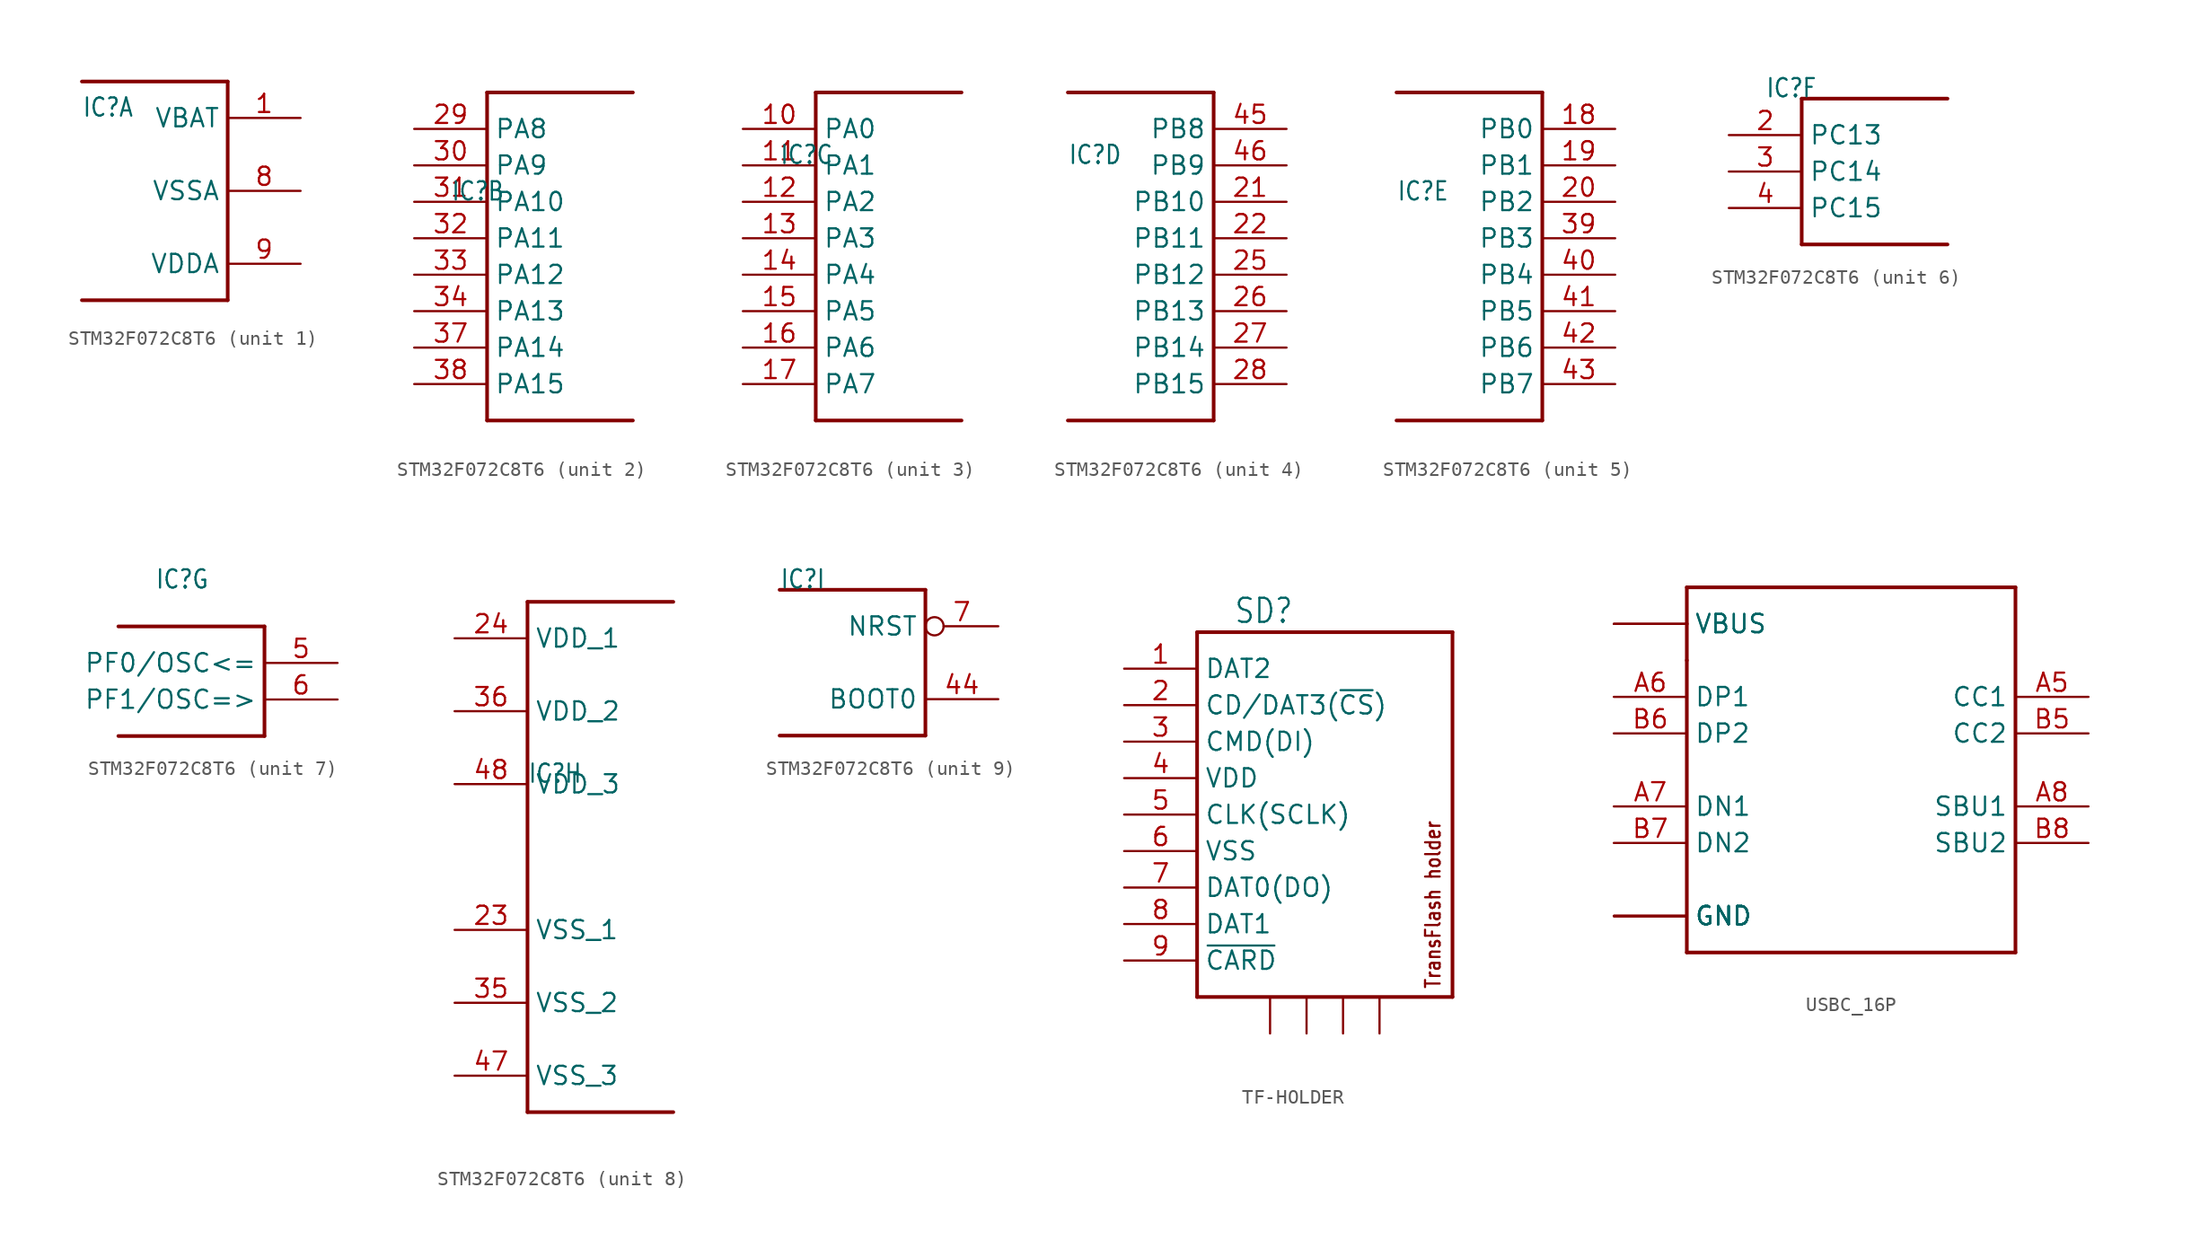
<source format=kicad_sym>
(kicad_symbol_lib
  (version 20231120)
  (generator "kicad_symbol_editor")
  (generator_version "8.0")
  (symbol "STM32F072C8T6"
    (property "Reference" "IC"
      (at -5.08 5.08 0)
      (effects (font (size 1.27 1.079)) (justify left bottom)))
    (property "ki_locked" ""
      (at 0 0 0)
      (effects (font (size 1.27 1.27))))
    (symbol "STM32F072C8T6_1_0"
      (polyline (pts (xy -5.08 7.62) (xy 5.08 7.62)) (stroke (width 0.254) (type solid)) (fill (type none)))
      (polyline (pts (xy 5.08 -7.62) (xy -5.08 -7.62)) (stroke (width 0.254) (type solid)) (fill (type none)))
      (polyline (pts (xy 5.08 7.62) (xy 5.08 -7.62)) (stroke (width 0.254) (type solid)) (fill (type none)))
      (pin power_in line (at 10.16 5.08 180) (length 5.08) (name "VBAT" (effects (font (size 1.27 1.27)))) (number "1" (effects (font (size 1.27 1.27)))))
      (pin power_in line (at 10.16 0 180) (length 5.08) (name "VSSA" (effects (font (size 1.27 1.27)))) (number "8" (effects (font (size 1.27 1.27)))))
      (pin power_in line (at 10.16 -5.08 180) (length 5.08) (name "VDDA" (effects (font (size 1.27 1.27)))) (number "9" (effects (font (size 1.27 1.27))))))
    (symbol "STM32F072C8T6_2_0"
      (polyline (pts (xy -2.54 -10.16) (xy 7.62 -10.16)) (stroke (width 0.254) (type solid)) (fill (type none)))
      (polyline (pts (xy -2.54 12.7) (xy -2.54 -10.16)) (stroke (width 0.254) (type solid)) (fill (type none)))
      (polyline (pts (xy 7.62 12.7) (xy -2.54 12.7)) (stroke (width 0.254) (type solid)) (fill (type none)))
      (pin bidirectional line (at -7.62 10.16 0) (length 5.08) (name "PA8" (effects (font (size 1.27 1.27)))) (number "29" (effects (font (size 1.27 1.27)))))
      (pin bidirectional line (at -7.62 7.62 0) (length 5.08) (name "PA9" (effects (font (size 1.27 1.27)))) (number "30" (effects (font (size 1.27 1.27)))))
      (pin bidirectional line (at -7.62 5.08 0) (length 5.08) (name "PA10" (effects (font (size 1.27 1.27)))) (number "31" (effects (font (size 1.27 1.27)))))
      (pin bidirectional line (at -7.62 2.54 0) (length 5.08) (name "PA11" (effects (font (size 1.27 1.27)))) (number "32" (effects (font (size 1.27 1.27)))))
      (pin bidirectional line (at -7.62 0 0) (length 5.08) (name "PA12" (effects (font (size 1.27 1.27)))) (number "33" (effects (font (size 1.27 1.27)))))
      (pin bidirectional line (at -7.62 -2.54 0) (length 5.08) (name "PA13" (effects (font (size 1.27 1.27)))) (number "34" (effects (font (size 1.27 1.27)))))
      (pin bidirectional line (at -7.62 -5.08 0) (length 5.08) (name "PA14" (effects (font (size 1.27 1.27)))) (number "37" (effects (font (size 1.27 1.27)))))
      (pin bidirectional line (at -7.62 -7.62 0) (length 5.08) (name "PA15" (effects (font (size 1.27 1.27)))) (number "38" (effects (font (size 1.27 1.27))))))
    (symbol "STM32F072C8T6_3_0"
      (polyline (pts (xy -2.54 -12.7) (xy 7.62 -12.7)) (stroke (width 0.254) (type solid)) (fill (type none)))
      (polyline (pts (xy -2.54 10.16) (xy -2.54 -12.7)) (stroke (width 0.254) (type solid)) (fill (type none)))
      (polyline (pts (xy 7.62 10.16) (xy -2.54 10.16)) (stroke (width 0.254) (type solid)) (fill (type none)))
      (pin bidirectional line (at -7.62 7.62 0) (length 5.08) (name "PA0" (effects (font (size 1.27 1.27)))) (number "10" (effects (font (size 1.27 1.27)))))
      (pin bidirectional line (at -7.62 5.08 0) (length 5.08) (name "PA1" (effects (font (size 1.27 1.27)))) (number "11" (effects (font (size 1.27 1.27)))))
      (pin bidirectional line (at -7.62 2.54 0) (length 5.08) (name "PA2" (effects (font (size 1.27 1.27)))) (number "12" (effects (font (size 1.27 1.27)))))
      (pin bidirectional line (at -7.62 0 0) (length 5.08) (name "PA3" (effects (font (size 1.27 1.27)))) (number "13" (effects (font (size 1.27 1.27)))))
      (pin bidirectional line (at -7.62 -2.54 0) (length 5.08) (name "PA4" (effects (font (size 1.27 1.27)))) (number "14" (effects (font (size 1.27 1.27)))))
      (pin bidirectional line (at -7.62 -5.08 0) (length 5.08) (name "PA5" (effects (font (size 1.27 1.27)))) (number "15" (effects (font (size 1.27 1.27)))))
      (pin bidirectional line (at -7.62 -7.62 0) (length 5.08) (name "PA6" (effects (font (size 1.27 1.27)))) (number "16" (effects (font (size 1.27 1.27)))))
      (pin bidirectional line (at -7.62 -10.16 0) (length 5.08) (name "PA7" (effects (font (size 1.27 1.27)))) (number "17" (effects (font (size 1.27 1.27))))))
    (symbol "STM32F072C8T6_4_0"
      (polyline (pts (xy -5.08 10.16) (xy 5.08 10.16)) (stroke (width 0.254) (type solid)) (fill (type none)))
      (polyline (pts (xy 5.08 -12.7) (xy -5.08 -12.7)) (stroke (width 0.254) (type solid)) (fill (type none)))
      (polyline (pts (xy 5.08 10.16) (xy 5.08 -12.7)) (stroke (width 0.254) (type solid)) (fill (type none)))
      (pin bidirectional line (at 10.16 2.54 180) (length 5.08) (name "PB10" (effects (font (size 1.27 1.27)))) (number "21" (effects (font (size 1.27 1.27)))))
      (pin bidirectional line (at 10.16 0 180) (length 5.08) (name "PB11" (effects (font (size 1.27 1.27)))) (number "22" (effects (font (size 1.27 1.27)))))
      (pin bidirectional line (at 10.16 -2.54 180) (length 5.08) (name "PB12" (effects (font (size 1.27 1.27)))) (number "25" (effects (font (size 1.27 1.27)))))
      (pin bidirectional line (at 10.16 -5.08 180) (length 5.08) (name "PB13" (effects (font (size 1.27 1.27)))) (number "26" (effects (font (size 1.27 1.27)))))
      (pin bidirectional line (at 10.16 -7.62 180) (length 5.08) (name "PB14" (effects (font (size 1.27 1.27)))) (number "27" (effects (font (size 1.27 1.27)))))
      (pin bidirectional line (at 10.16 -10.16 180) (length 5.08) (name "PB15" (effects (font (size 1.27 1.27)))) (number "28" (effects (font (size 1.27 1.27)))))
      (pin bidirectional line (at 10.16 7.62 180) (length 5.08) (name "PB8" (effects (font (size 1.27 1.27)))) (number "45" (effects (font (size 1.27 1.27)))))
      (pin bidirectional line (at 10.16 5.08 180) (length 5.08) (name "PB9" (effects (font (size 1.27 1.27)))) (number "46" (effects (font (size 1.27 1.27))))))
    (symbol "STM32F072C8T6_5_0"
      (polyline (pts (xy -5.08 12.7) (xy 5.08 12.7)) (stroke (width 0.254) (type solid)) (fill (type none)))
      (polyline (pts (xy 5.08 -10.16) (xy -5.08 -10.16)) (stroke (width 0.254) (type solid)) (fill (type none)))
      (polyline (pts (xy 5.08 12.7) (xy 5.08 -10.16)) (stroke (width 0.254) (type solid)) (fill (type none)))
      (pin bidirectional line (at 10.16 10.16 180) (length 5.08) (name "PB0" (effects (font (size 1.27 1.27)))) (number "18" (effects (font (size 1.27 1.27)))))
      (pin bidirectional line (at 10.16 7.62 180) (length 5.08) (name "PB1" (effects (font (size 1.27 1.27)))) (number "19" (effects (font (size 1.27 1.27)))))
      (pin bidirectional line (at 10.16 5.08 180) (length 5.08) (name "PB2" (effects (font (size 1.27 1.27)))) (number "20" (effects (font (size 1.27 1.27)))))
      (pin bidirectional line (at 10.16 2.54 180) (length 5.08) (name "PB3" (effects (font (size 1.27 1.27)))) (number "39" (effects (font (size 1.27 1.27)))))
      (pin bidirectional line (at 10.16 0 180) (length 5.08) (name "PB4" (effects (font (size 1.27 1.27)))) (number "40" (effects (font (size 1.27 1.27)))))
      (pin bidirectional line (at 10.16 -2.54 180) (length 5.08) (name "PB5" (effects (font (size 1.27 1.27)))) (number "41" (effects (font (size 1.27 1.27)))))
      (pin bidirectional line (at 10.16 -5.08 180) (length 5.08) (name "PB6" (effects (font (size 1.27 1.27)))) (number "42" (effects (font (size 1.27 1.27)))))
      (pin bidirectional line (at 10.16 -7.62 180) (length 5.08) (name "PB7" (effects (font (size 1.27 1.27)))) (number "43" (effects (font (size 1.27 1.27))))))
    (symbol "STM32F072C8T6_6_0"
      (polyline (pts (xy -2.54 -5.08) (xy 7.62 -5.08)) (stroke (width 0.254) (type solid)) (fill (type none)))
      (polyline (pts (xy -2.54 5.08) (xy -2.54 -5.08)) (stroke (width 0.254) (type solid)) (fill (type none)))
      (polyline (pts (xy 7.62 5.08) (xy -2.54 5.08)) (stroke (width 0.254) (type solid)) (fill (type none)))
      (pin bidirectional line (at -7.62 2.54 0) (length 5.08) (name "PC13" (effects (font (size 1.27 1.27)))) (number "2" (effects (font (size 1.27 1.27)))))
      (pin bidirectional line (at -7.62 0 0) (length 5.08) (name "PC14" (effects (font (size 1.27 1.27)))) (number "3" (effects (font (size 1.27 1.27)))))
      (pin bidirectional line (at -7.62 -2.54 0) (length 5.08) (name "PC15" (effects (font (size 1.27 1.27)))) (number "4" (effects (font (size 1.27 1.27))))))
    (symbol "STM32F072C8T6_7_0"
      (polyline (pts (xy -7.62 2.54) (xy 2.54 2.54)) (stroke (width 0.254) (type solid)) (fill (type none)))
      (polyline (pts (xy 2.54 -5.08) (xy -7.62 -5.08)) (stroke (width 0.254) (type solid)) (fill (type none)))
      (polyline (pts (xy 2.54 2.54) (xy 2.54 -5.08)) (stroke (width 0.254) (type solid)) (fill (type none)))
      (pin bidirectional line (at 7.62 0 180) (length 5.08) (name "PF0/OSC<=" (effects (font (size 1.27 1.27)))) (number "5" (effects (font (size 1.27 1.27)))))
      (pin bidirectional line (at 7.62 -2.54 180) (length 5.08) (name "PF1/OSC=>" (effects (font (size 1.27 1.27)))) (number "6" (effects (font (size 1.27 1.27))))))
    (symbol "STM32F072C8T6_8_0"
      (polyline (pts (xy -5.08 -17.78) (xy 5.08 -17.78)) (stroke (width 0.254) (type solid)) (fill (type none)))
      (polyline (pts (xy -5.08 17.78) (xy -5.08 -17.78)) (stroke (width 0.254) (type solid)) (fill (type none)))
      (polyline (pts (xy 5.08 17.78) (xy -5.08 17.78)) (stroke (width 0.254) (type solid)) (fill (type none)))
      (pin power_in line (at -10.16 -5.08 0) (length 5.08) (name "VSS_1" (effects (font (size 1.27 1.27)))) (number "23" (effects (font (size 1.27 1.27)))))
      (pin power_in line (at -10.16 15.24 0) (length 5.08) (name "VDD_1" (effects (font (size 1.27 1.27)))) (number "24" (effects (font (size 1.27 1.27)))))
      (pin power_in line (at -10.16 -10.16 0) (length 5.08) (name "VSS_2" (effects (font (size 1.27 1.27)))) (number "35" (effects (font (size 1.27 1.27)))))
      (pin power_in line (at -10.16 10.16 0) (length 5.08) (name "VDD_2" (effects (font (size 1.27 1.27)))) (number "36" (effects (font (size 1.27 1.27)))))
      (pin power_in line (at -10.16 -15.24 0) (length 5.08) (name "VSS_3" (effects (font (size 1.27 1.27)))) (number "47" (effects (font (size 1.27 1.27)))))
      (pin power_in line (at -10.16 5.08 0) (length 5.08) (name "VDD_3" (effects (font (size 1.27 1.27)))) (number "48" (effects (font (size 1.27 1.27))))))
    (symbol "STM32F072C8T6_9_0"
      (polyline (pts (xy -5.08 5.08) (xy 5.08 5.08)) (stroke (width 0.254) (type solid)) (fill (type none)))
      (polyline (pts (xy 5.08 -5.08) (xy -5.08 -5.08)) (stroke (width 0.254) (type solid)) (fill (type none)))
      (polyline (pts (xy 5.08 5.08) (xy 5.08 -5.08)) (stroke (width 0.254) (type solid)) (fill (type none)))
      (pin input line (at 10.16 -2.54 180) (length 5.08) (name "BOOT0" (effects (font (size 1.27 1.27)))) (number "44" (effects (font (size 1.27 1.27)))))
      (pin input inverted (at 10.16 2.54 180) (length 5.08) (name "NRST" (effects (font (size 1.27 1.27)))) (number "7" (effects (font (size 1.27 1.27)))))))
  (symbol "TF-HOLDER"
    (property "Reference" "SD"
      (at -5.08 13.208 0)
      (effects (font (size 1.676 1.425)) (justify left bottom)))
    (property "Value" ""
      (at 10.668 10.16 90)
      (effects (font (size 1.676 1.425)) (justify right top)))
    (property "ki_locked" ""
      (at 0 0 0)
      (effects (font (size 1.27 1.27))))
    (symbol "TF-HOLDER_1_0"
      (polyline (pts (xy -7.62 -12.7) (xy 10.16 -12.7)) (stroke (width 0.254) (type solid)) (fill (type none)))
      (polyline (pts (xy -7.62 12.7) (xy -7.62 -12.7)) (stroke (width 0.254) (type solid)) (fill (type none)))
      (polyline (pts (xy 10.16 -12.7) (xy 10.16 12.7)) (stroke (width 0.254) (type solid)) (fill (type none)))
      (polyline (pts (xy 10.16 12.7) (xy -7.62 12.7)) (stroke (width 0.254) (type solid)) (fill (type none)))
      (text "TransFlash holder" (at 9.398 -12.192 900) (effects (font (size 1.016 0.864)) (justify left bottom)))
      (pin bidirectional line (at -12.7 10.16 0) (length 5.08) (name "DAT2" (effects (font (size 1.27 1.27)))) (number "1" (effects (font (size 1.27 1.27)))))
      (pin bidirectional line (at -12.7 7.62 0) (length 5.08) (name "CD/DAT3(~{CS})" (effects (font (size 1.27 1.27)))) (number "2" (effects (font (size 1.27 1.27)))))
      (pin bidirectional line (at -12.7 5.08 0) (length 5.08) (name "CMD(DI)" (effects (font (size 1.27 1.27)))) (number "3" (effects (font (size 1.27 1.27)))))
      (pin power_in line (at -12.7 2.54 0) (length 5.08) (name "VDD" (effects (font (size 1.27 1.27)))) (number "4" (effects (font (size 1.27 1.27)))))
      (pin input line (at -12.7 0 0) (length 5.08) (name "CLK(SCLK)" (effects (font (size 1.27 1.27)))) (number "5" (effects (font (size 1.27 1.27)))))
      (pin power_in line (at -12.7 -2.54 0) (length 5.08) (name "VSS" (effects (font (size 1.27 1.27)))) (number "6" (effects (font (size 1.27 1.27)))))
      (pin bidirectional line (at -12.7 -5.08 0) (length 5.08) (name "DAT0(DO)" (effects (font (size 1.27 1.27)))) (number "7" (effects (font (size 1.27 1.27)))))
      (pin bidirectional line (at -12.7 -7.62 0) (length 5.08) (name "DAT1" (effects (font (size 1.27 1.27)))) (number "8" (effects (font (size 1.27 1.27)))))
      (pin passive line (at -12.7 -10.16 0) (length 5.08) (name "~{CARD}" (effects (font (size 1.27 1.27)))) (number "9" (effects (font (size 1.27 1.27)))))
      (pin passive line (at -2.54 -15.24 90) (length 2.54) (name "S1" (effects (font (size 0 0)))) (number "S1" (effects (font (size 0 0)))))
      (pin passive line (at 0 -15.24 90) (length 2.54) (name "S2" (effects (font (size 0 0)))) (number "S2" (effects (font (size 0 0)))))
      (pin passive line (at 2.54 -15.24 90) (length 2.54) (name "S3" (effects (font (size 0 0)))) (number "S3" (effects (font (size 0 0)))))
      (pin passive line (at 5.08 -15.24 90) (length 2.54) (name "S4" (effects (font (size 0 0)))) (number "S4" (effects (font (size 0 0)))))))
  (symbol "USBC_16P"
    (property "Reference" ""
      (at 0 0 0)
      (effects (font (size 1.27 1.27)) (hide yes)))
    (property "ki_locked" ""
      (at 0 0 0)
      (effects (font (size 1.27 1.27))))
    (symbol "USBC_16P_1_0"
      (polyline (pts (xy -10.16 -2.54) (xy 12.7 -2.54)) (stroke (width 0.254) (type solid)) (fill (type none)))
      (polyline (pts (xy -10.16 17.78) (xy -10.16 -2.54)) (stroke (width 0.254) (type solid)) (fill (type none)))
      (polyline (pts (xy -10.16 20.32) (xy -10.16 17.78)) (stroke (width 0.254) (type solid)) (fill (type none)))
      (polyline (pts (xy -10.16 22.86) (xy -10.16 20.32)) (stroke (width 0.254) (type solid)) (fill (type none)))
      (polyline (pts (xy 12.7 -2.54) (xy 12.7 22.86)) (stroke (width 0.254) (type solid)) (fill (type none)))
      (polyline (pts (xy 12.7 22.86) (xy -10.16 22.86)) (stroke (width 0.254) (type solid)) (fill (type none)))
      (pin bidirectional line (at -15.24 0 0) (length 5.08) (name "GND" (effects (font (size 1.27 1.27)))) (number "A1B12" (effects (font (size 0 0)))))
      (pin bidirectional line (at -15.24 20.32 0) (length 5.08) (name "VBUS" (effects (font (size 1.27 1.27)))) (number "A4B9" (effects (font (size 0 0)))))
      (pin bidirectional line (at 17.78 15.24 180) (length 5.08) (name "CC1" (effects (font (size 1.27 1.27)))) (number "A5" (effects (font (size 1.27 1.27)))))
      (pin bidirectional line (at -15.24 15.24 0) (length 5.08) (name "DP1" (effects (font (size 1.27 1.27)))) (number "A6" (effects (font (size 1.27 1.27)))))
      (pin bidirectional line (at -15.24 7.62 0) (length 5.08) (name "DN1" (effects (font (size 1.27 1.27)))) (number "A7" (effects (font (size 1.27 1.27)))))
      (pin bidirectional line (at 17.78 7.62 180) (length 5.08) (name "SBU1" (effects (font (size 1.27 1.27)))) (number "A8" (effects (font (size 1.27 1.27)))))
      (pin bidirectional line (at -15.24 0 0) (length 5.08) (name "GND" (effects (font (size 1.27 1.27)))) (number "B11A12" (effects (font (size 0 0)))))
      (pin bidirectional line (at -15.24 20.32 0) (length 5.08) (name "VBUS" (effects (font (size 1.27 1.27)))) (number "B4A9" (effects (font (size 0 0)))))
      (pin bidirectional line (at 17.78 12.7 180) (length 5.08) (name "CC2" (effects (font (size 1.27 1.27)))) (number "B5" (effects (font (size 1.27 1.27)))))
      (pin bidirectional line (at -15.24 12.7 0) (length 5.08) (name "DP2" (effects (font (size 1.27 1.27)))) (number "B6" (effects (font (size 1.27 1.27)))))
      (pin bidirectional line (at -15.24 5.08 0) (length 5.08) (name "DN2" (effects (font (size 1.27 1.27)))) (number "B7" (effects (font (size 1.27 1.27)))))
      (pin bidirectional line (at 17.78 5.08 180) (length 5.08) (name "SBU2" (effects (font (size 1.27 1.27)))) (number "B8" (effects (font (size 1.27 1.27)))))
      (pin bidirectional line (at -15.24 0 0) (length 5.08) (name "GND" (effects (font (size 1.27 1.27)))) (number "P$13" (effects (font (size 0 0)))))
      (pin bidirectional line (at -15.24 0 0) (length 5.08) (name "GND" (effects (font (size 1.27 1.27)))) (number "P$14" (effects (font (size 0 0)))))
      (pin bidirectional line (at -15.24 0 0) (length 5.08) (name "GND" (effects (font (size 1.27 1.27)))) (number "P$15" (effects (font (size 0 0)))))
      (pin bidirectional line (at -15.24 0 0) (length 5.08) (name "GND" (effects (font (size 1.27 1.27)))) (number "P$16" (effects (font (size 0 0))))))))
</source>
